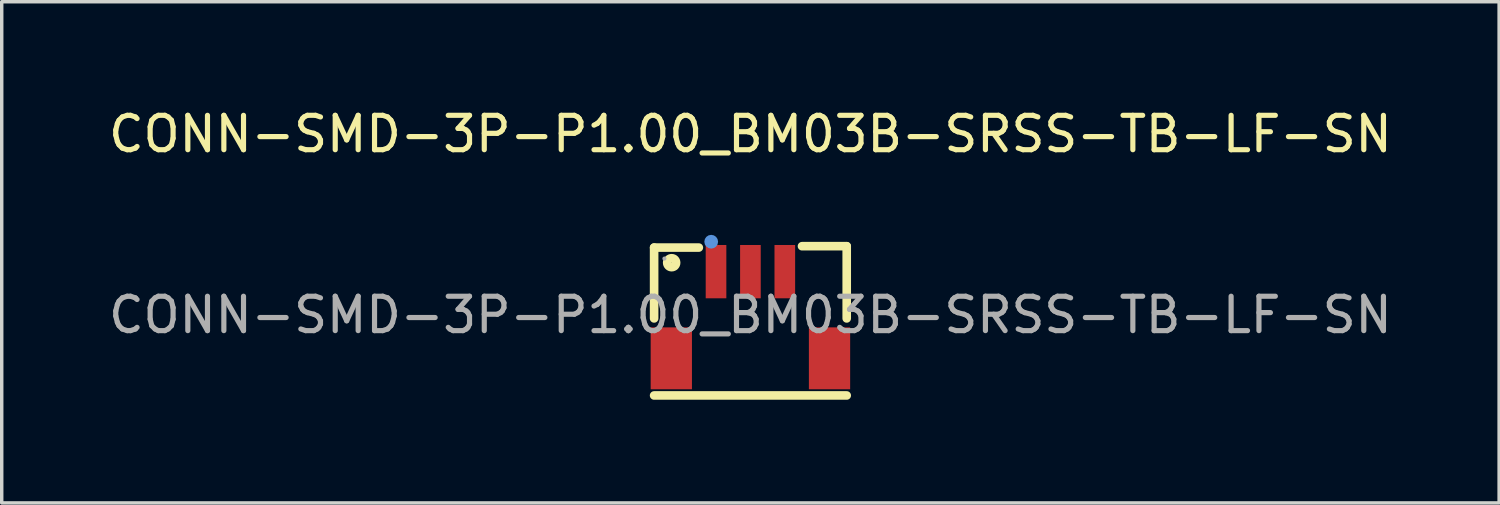
<source format=kicad_pcb>
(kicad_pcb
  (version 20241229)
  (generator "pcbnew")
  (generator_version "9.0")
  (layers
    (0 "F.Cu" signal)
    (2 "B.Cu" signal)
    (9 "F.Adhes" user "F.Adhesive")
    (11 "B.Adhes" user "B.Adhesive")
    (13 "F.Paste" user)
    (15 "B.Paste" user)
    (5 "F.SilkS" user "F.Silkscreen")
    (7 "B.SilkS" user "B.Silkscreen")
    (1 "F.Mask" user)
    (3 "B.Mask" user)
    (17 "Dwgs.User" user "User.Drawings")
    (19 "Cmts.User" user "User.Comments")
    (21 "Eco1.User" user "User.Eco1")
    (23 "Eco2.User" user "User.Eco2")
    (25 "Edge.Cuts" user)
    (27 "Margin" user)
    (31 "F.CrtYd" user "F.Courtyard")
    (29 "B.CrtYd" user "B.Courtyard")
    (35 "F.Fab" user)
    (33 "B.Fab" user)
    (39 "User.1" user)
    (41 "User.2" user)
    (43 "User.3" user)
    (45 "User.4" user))
  (footprint "CONN-SMD-3P-P1.00_BM03B-SRSS-TB-LF-SN"
    (layer "F.Cu")
    (at 18.768 6.108)
    (property "Reference" "CONN-SMD-3P-P1.00_BM03B-SRSS-TB-LF-SN" (at 0 -5.26 0) (layer "F.SilkS") (effects (font (size 1 1) (thickness 0.15))))
    (attr smd)
    (fp_line (start -2.8 -1.96) (end -2.8 0.1) (stroke (width 0.25) (type solid)) (layer "F.SilkS"))
    (fp_line (start -2.8 2.34) (end 2.8 2.34) (stroke (width 0.25) (type solid)) (layer "F.SilkS"))
    (fp_line (start -1.5 -1.96) (end -2.8 -1.96) (stroke (width 0.25) (type solid)) (layer "F.SilkS"))
    (fp_line (start 1.5 -2) (end 2.8 -2) (stroke (width 0.25) (type solid)) (layer "F.SilkS"))
    (fp_line (start 2.8 -2) (end 2.8 0.1) (stroke (width 0.25) (type solid)) (layer "F.SilkS"))
    (fp_circle (center -2.29 -1.52) (end -2.16 -1.52) (stroke (width 0.25) (type solid)) (fill no) (layer "F.SilkS"))
    (fp_circle (center -1.14 -2.13) (end -1.04 -2.13) (stroke (width 0.2) (type solid)) (fill no) (layer "Cmts.User"))
    (fp_circle (center -2.5 -1.64) (end -2.47 -1.64) (stroke (width 0.06) (type solid)) (fill no) (layer "F.Fab"))
    (fp_text user "${REFERENCE}" (at 0 0 0) (layer "F.Fab") (effects (font (size 1 1) (thickness 0.15))))
    (pad "1" smd rect (at -1 -1.26) (size 0.6 1.55) (layers "F.Cu" "F.Mask" "F.Paste"))
    (pad "2" smd rect (at 0 -1.26) (size 0.6 1.55) (layers "F.Cu" "F.Mask" "F.Paste"))
    (pad "3" smd rect (at 1 -1.26) (size 0.6 1.55) (layers "F.Cu" "F.Mask" "F.Paste"))
    (pad "4" smd rect (at 2.3 1.26) (size 1.2 1.8) (layers "F.Cu" "F.Mask" "F.Paste"))
    (pad "5" smd rect (at -2.3 1.26) (size 1.2 1.8) (layers "F.Cu" "F.Mask" "F.Paste")))
  (gr_rect
    (start -3 -3)
    (end 40.536 11.573)
    (stroke (width 0.1) (type default))
    (fill no)
    (layer "Edge.Cuts")))
</source>
